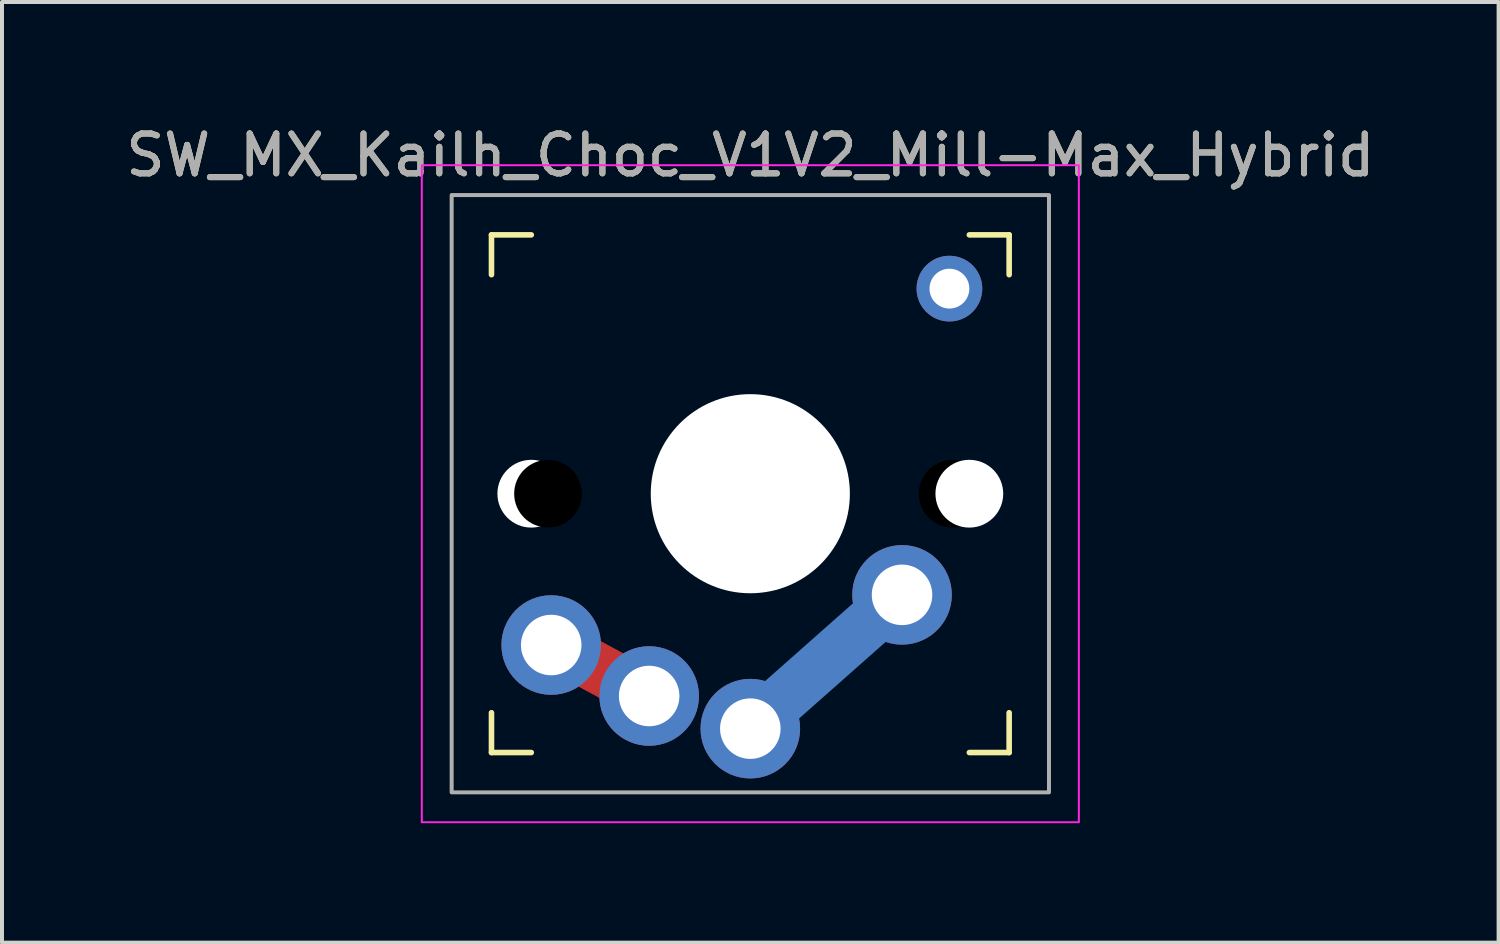
<source format=kicad_pcb>
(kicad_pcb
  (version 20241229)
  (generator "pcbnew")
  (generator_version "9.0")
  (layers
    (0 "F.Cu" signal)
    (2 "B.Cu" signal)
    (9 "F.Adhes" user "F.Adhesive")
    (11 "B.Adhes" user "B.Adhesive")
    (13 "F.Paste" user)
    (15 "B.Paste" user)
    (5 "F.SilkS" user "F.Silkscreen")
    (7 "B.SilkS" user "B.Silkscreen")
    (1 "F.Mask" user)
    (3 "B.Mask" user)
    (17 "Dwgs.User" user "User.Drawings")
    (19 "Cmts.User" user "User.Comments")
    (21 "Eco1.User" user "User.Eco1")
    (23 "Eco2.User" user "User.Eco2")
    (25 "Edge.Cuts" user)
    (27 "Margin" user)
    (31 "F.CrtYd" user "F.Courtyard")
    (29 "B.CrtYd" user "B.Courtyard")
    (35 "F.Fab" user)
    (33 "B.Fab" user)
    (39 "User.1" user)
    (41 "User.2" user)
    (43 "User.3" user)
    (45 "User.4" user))
  (footprint "SW_MX_Kailh_Choc_V1V2_Mill-Max_Hybrid"
    (layer "F.Cu")
    (at 15.792 9.348)
    (property "Reference" "SW_MX_Kailh_Choc_V1V2_Mill-Max_Hybrid" (at 0 -8.5 0) (unlocked yes) (layer "F.SilkS") (effects (font (size 1 1) (thickness 0.15))))
    (attr through_hole)
    (fp_line (start -6.5 -5.5) (end -6.5 -6.5) (stroke (width 0.14) (type solid)) (layer "F.SilkS"))
    (fp_line (start -6.5 6.5) (end -6.5 5.5) (stroke (width 0.14) (type solid)) (layer "F.SilkS"))
    (fp_line (start -6.5 6.5) (end -5.5 6.5) (stroke (width 0.14) (type solid)) (layer "F.SilkS"))
    (fp_line (start -5.5 -6.5) (end -6.5 -6.5) (stroke (width 0.14) (type solid)) (layer "F.SilkS"))
    (fp_line (start 5.5 6.5) (end 6.5 6.5) (stroke (width 0.14) (type solid)) (layer "F.SilkS"))
    (fp_line (start 6.5 -6.5) (end 5.5 -6.5) (stroke (width 0.14) (type solid)) (layer "F.SilkS"))
    (fp_line (start 6.5 -6.5) (end 6.5 -5.5) (stroke (width 0.14) (type solid)) (layer "F.SilkS"))
    (fp_line (start 6.5 5.5) (end 6.5 6.5) (stroke (width 0.14) (type solid)) (layer "F.SilkS"))
    (fp_rect (start -8.25 -8.25) (end 8.25 8.25) (stroke (width 0.05) (type solid)) (fill no) (layer "F.CrtYd"))
    (fp_rect (start 7.5 7.5) (end -7.5 -7.5) (stroke (width 0.1) (type solid)) (fill no) (layer "F.Fab"))
    (fp_text user "${REFERENCE}" (at 0 -8.5 0) (unlocked yes) (layer "F.Fab") (effects (font (size 1 1) (thickness 0.15))))
    (pad "" np_thru_hole circle (at -5.5 0) (size 1.702 1.702) (drill 1.702) (layers "*.Cu" "*.Mask"))
    (pad "" np_thru_hole circle (at -5.08 0 180) (size 1.7 1.7) (drill 1.7) (layers "*.Mask"))
    (pad "" np_thru_hole circle (at 0 0) (size 5 5) (drill 5) (layers "*.Cu" "*.Mask"))
    (pad "" thru_hole circle (at 5 -5.15) (size 1.65 1.65) (drill 1) (layers "*.Cu" "*.Mask"))
    (pad "" np_thru_hole circle (at 5.08 0 180) (size 1.7 1.7) (drill 1.7) (layers "*.Mask"))
    (pad "" np_thru_hole circle (at 5.5 0) (size 1.702 1.702) (drill 1.702) (layers "*.Cu" "*.Mask"))
    (pad "1" thru_hole circle (at 0 5.9) (size 2.5 2.5) (drill 1.52) (layers "*.Cu" "B.Mask"))
    (pad "1" smd oval (at 1.9 4.2 41.5) (size 5 1.27) (layers "B.Cu"))
    (pad "1" thru_hole circle (at 3.81 2.54 180) (size 2.5 2.5) (drill 1.52) (layers "*.Cu" "B.Mask"))
    (pad "2" thru_hole circle (at -5 3.8) (size 2.5 2.5) (drill 1.52) (layers "*.Cu" "B.Mask"))
    (pad "2" smd oval (at -3.8 4.4 331.5) (size 3 1.27) (layers "F.Cu"))
    (pad "2" thru_hole circle (at -2.54 5.08 180) (size 2.5 2.5) (drill 1.52) (layers "*.Cu" "B.Mask")))
  (gr_rect
    (start -3 -3)
    (end 34.583 20.623)
    (stroke (width 0.1) (type default))
    (fill no)
    (layer "Edge.Cuts")))
</source>
